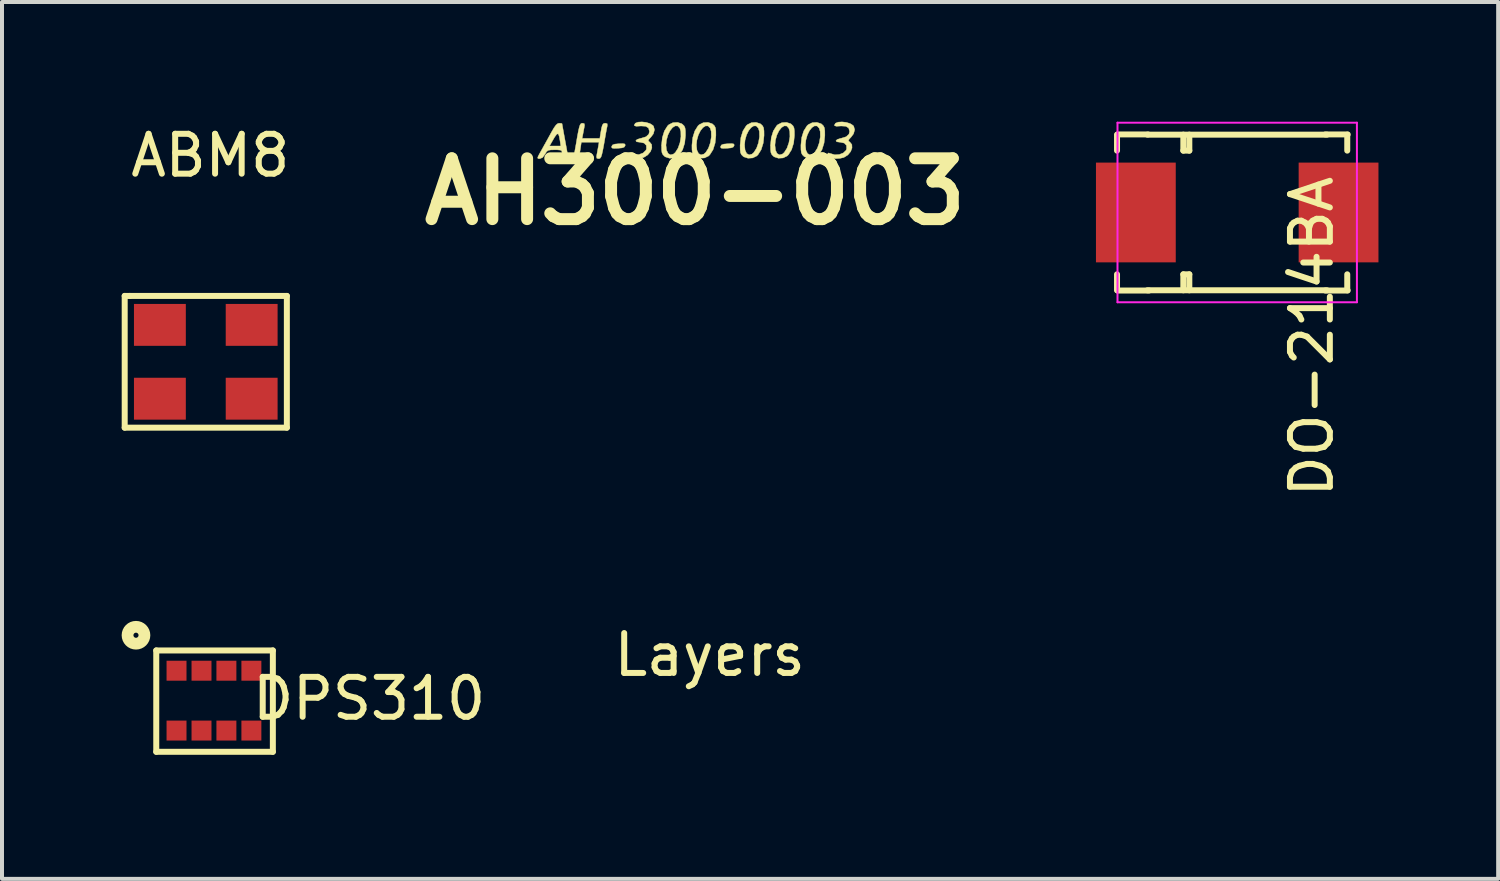
<source format=kicad_pcb>
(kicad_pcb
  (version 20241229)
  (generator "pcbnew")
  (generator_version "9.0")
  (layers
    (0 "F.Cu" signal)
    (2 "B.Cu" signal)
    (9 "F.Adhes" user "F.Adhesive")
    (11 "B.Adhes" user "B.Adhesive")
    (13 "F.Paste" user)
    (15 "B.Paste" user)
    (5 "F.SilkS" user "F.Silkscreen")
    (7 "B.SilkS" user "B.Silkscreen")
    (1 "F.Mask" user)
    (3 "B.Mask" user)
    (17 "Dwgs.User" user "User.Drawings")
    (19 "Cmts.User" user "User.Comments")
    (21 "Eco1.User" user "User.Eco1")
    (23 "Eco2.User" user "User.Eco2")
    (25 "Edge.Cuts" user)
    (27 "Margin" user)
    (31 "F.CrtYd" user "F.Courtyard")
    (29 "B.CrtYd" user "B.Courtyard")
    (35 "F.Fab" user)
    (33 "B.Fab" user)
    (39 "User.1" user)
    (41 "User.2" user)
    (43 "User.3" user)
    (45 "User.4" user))
  (footprint "ABM8"
    (layer "F.Cu")
    (at 2.107 6.017)
    (property "Reference" "ABM8" (at 0.114 -5.169 0) (layer "F.SilkS") (effects (font (size 1 1) (thickness 0.15))))
    (attr through_hole)
    (fp_line (start -2.032 -1.651) (end -1.905 -1.651) (stroke (width 0.15) (type solid)) (layer "F.SilkS"))
    (fp_line (start -2.032 1.651) (end -2.032 -1.651) (stroke (width 0.15) (type solid)) (layer "F.SilkS"))
    (fp_line (start -1.905 -1.651) (end 2.032 -1.651) (stroke (width 0.15) (type solid)) (layer "F.SilkS"))
    (fp_line (start 2.032 -1.651) (end 2.032 1.651) (stroke (width 0.15) (type solid)) (layer "F.SilkS"))
    (fp_line (start 2.032 1.651) (end -2.032 1.651) (stroke (width 0.15) (type solid)) (layer "F.SilkS"))
    (pad "1" smd rect (at -1.15 -0.925) (size 1.3 1.05) (layers "F.Cu" "F.Mask" "F.Paste"))
    (pad "2" smd rect (at 1.15 -0.925) (size 1.3 1.05) (layers "F.Cu" "F.Mask" "F.Paste"))
    (pad "3" smd rect (at 1.15 0.925) (size 1.3 1.05) (layers "F.Cu" "F.Mask" "F.Paste"))
    (pad "4" smd rect (at -1.15 0.925) (size 1.3 1.05) (layers "F.Cu" "F.Mask" "F.Paste")))
  (footprint "Layers"
    (layer "F.Cu")
    (at 14.749 15.138)
    (property "Reference" "Layers" (at -0.013 -1.778 0) (layer "F.SilkS") (effects (font (size 1 1) (thickness 0.15))))
    (attr through_hole)
    (fp_line (start -0.483 0.762) (end 3.594 0.762) (stroke (width 0.15) (type solid)) (layer "F.Mask"))
    (fp_line (start -0.47 -0.66) (end -0.483 0.762) (stroke (width 0.15) (type solid)) (layer "F.Mask"))
    (fp_line (start 3.594 -0.648) (end -0.47 -0.648) (stroke (width 0.15) (type solid)) (layer "F.Mask"))
    (fp_line (start 3.594 0.762) (end 3.594 -0.648) (stroke (width 0.15) (type solid)) (layer "F.Mask")))
  (footprint "AH300-003"
    (layer "F.Cu")
    (at 14.369 1.752)
    (property "Reference" "AH300-003" (at 0 0 0) (layer "F.SilkS") (effects (font (size 1.524 1.524) (thickness 0.3))))
    (attr through_hole)
    (fp_poly (pts (xy -1.763 -1.195) (xy -1.75 -1.172) (xy -1.752 -1.153) (xy -1.773 -1.117) (xy -1.828 -1.096) (xy -1.932 -1.086) (xy -1.932 -1.086) (xy -2.03 -1.083) (xy -2.078 -1.091) (xy -2.092 -1.114) (xy -2.09 -1.133) (xy -2.069 -1.169) (xy -2.014 -1.19) (xy -1.91 -1.2) (xy -1.91 -1.2) (xy -1.812 -1.203) (xy -1.763 -1.195)) (stroke (width 0.01) (type solid)) (fill yes) (layer "F.SilkS"))
    (fp_poly (pts (xy 0.967 -1.195) (xy 0.981 -1.172) (xy 0.979 -1.153) (xy 0.958 -1.117) (xy 0.903 -1.096) (xy 0.799 -1.086) (xy 0.799 -1.086) (xy 0.701 -1.083) (xy 0.652 -1.091) (xy 0.639 -1.114) (xy 0.641 -1.133) (xy 0.661 -1.169) (xy 0.717 -1.19) (xy 0.821 -1.2) (xy 0.821 -1.2) (xy 0.918 -1.203) (xy 0.967 -1.195)) (stroke (width 0.01) (type solid)) (fill yes) (layer "F.SilkS"))
    (fp_poly (pts (xy -0.334 -1.701) (xy -0.317 -1.688) (xy -0.274 -1.647) (xy -0.251 -1.597) (xy -0.241 -1.52) (xy -0.24 -1.408) (xy -0.259 -1.217) (xy -0.311 -1.051) (xy -0.391 -0.925) (xy -0.423 -0.893) (xy -0.525 -0.844) (xy -0.641 -0.837) (xy -0.746 -0.871) (xy -0.763 -0.883) (xy -0.805 -0.925) (xy -0.829 -0.974) (xy -0.839 -1.052) (xy -0.84 -1.164) (xy -0.84 -1.165) (xy -0.729 -1.165) (xy -0.715 -1.038) (xy -0.674 -0.955) (xy -0.614 -0.921) (xy -0.541 -0.941) (xy -0.494 -0.982) (xy -0.426 -1.089) (xy -0.378 -1.227) (xy -0.354 -1.374) (xy -0.357 -1.507) (xy -0.382 -1.59) (xy -0.435 -1.645) (xy -0.498 -1.647) (xy -0.564 -1.605) (xy -0.627 -1.526) (xy -0.68 -1.419) (xy -0.716 -1.291) (xy -0.729 -1.165) (xy -0.84 -1.165) (xy -0.82 -1.354) (xy -0.768 -1.52) (xy -0.689 -1.647) (xy -0.656 -1.678) (xy -0.555 -1.728) (xy -0.438 -1.735) (xy -0.334 -1.701)) (stroke (width 0.01) (type solid)) (fill yes) (layer "F.SilkS"))
    (fp_poly (pts (xy 0.428 -1.701) (xy 0.445 -1.688) (xy 0.488 -1.647) (xy 0.511 -1.597) (xy 0.521 -1.52) (xy 0.522 -1.408) (xy 0.503 -1.217) (xy 0.451 -1.051) (xy 0.371 -0.925) (xy 0.339 -0.893) (xy 0.237 -0.844) (xy 0.121 -0.837) (xy 0.016 -0.871) (xy -0.001 -0.883) (xy -0.043 -0.925) (xy -0.067 -0.974) (xy -0.077 -1.052) (xy -0.078 -1.164) (xy -0.078 -1.165) (xy 0.033 -1.165) (xy 0.047 -1.038) (xy 0.088 -0.955) (xy 0.148 -0.921) (xy 0.221 -0.941) (xy 0.268 -0.982) (xy 0.336 -1.089) (xy 0.384 -1.227) (xy 0.408 -1.374) (xy 0.405 -1.507) (xy 0.38 -1.59) (xy 0.327 -1.645) (xy 0.264 -1.647) (xy 0.198 -1.605) (xy 0.135 -1.526) (xy 0.082 -1.419) (xy 0.046 -1.291) (xy 0.033 -1.165) (xy -0.078 -1.165) (xy -0.058 -1.354) (xy -0.006 -1.52) (xy 0.073 -1.647) (xy 0.106 -1.678) (xy 0.207 -1.728) (xy 0.324 -1.735) (xy 0.428 -1.701)) (stroke (width 0.01) (type solid)) (fill yes) (layer "F.SilkS"))
    (fp_poly (pts (xy 1.635 -1.701) (xy 1.652 -1.688) (xy 1.694 -1.647) (xy 1.718 -1.597) (xy 1.728 -1.52) (xy 1.729 -1.408) (xy 1.709 -1.217) (xy 1.657 -1.051) (xy 1.578 -0.925) (xy 1.545 -0.893) (xy 1.444 -0.844) (xy 1.327 -0.837) (xy 1.223 -0.871) (xy 1.206 -0.883) (xy 1.163 -0.925) (xy 1.14 -0.974) (xy 1.13 -1.052) (xy 1.129 -1.164) (xy 1.129 -1.165) (xy 1.24 -1.165) (xy 1.254 -1.038) (xy 1.294 -0.955) (xy 1.355 -0.921) (xy 1.428 -0.941) (xy 1.474 -0.982) (xy 1.542 -1.089) (xy 1.59 -1.227) (xy 1.615 -1.374) (xy 1.612 -1.507) (xy 1.586 -1.59) (xy 1.534 -1.645) (xy 1.471 -1.647) (xy 1.405 -1.605) (xy 1.342 -1.526) (xy 1.289 -1.419) (xy 1.253 -1.291) (xy 1.24 -1.165) (xy 1.129 -1.165) (xy 1.148 -1.354) (xy 1.2 -1.52) (xy 1.28 -1.647) (xy 1.312 -1.678) (xy 1.414 -1.728) (xy 1.53 -1.735) (xy 1.635 -1.701)) (stroke (width 0.01) (type solid)) (fill yes) (layer "F.SilkS"))
    (fp_poly (pts (xy 2.397 -1.701) (xy 2.414 -1.688) (xy 2.456 -1.647) (xy 2.48 -1.597) (xy 2.49 -1.52) (xy 2.491 -1.408) (xy 2.471 -1.217) (xy 2.419 -1.051) (xy 2.34 -0.925) (xy 2.307 -0.893) (xy 2.206 -0.844) (xy 2.089 -0.837) (xy 1.985 -0.871) (xy 1.968 -0.883) (xy 1.925 -0.925) (xy 1.902 -0.974) (xy 1.892 -1.052) (xy 1.891 -1.164) (xy 1.891 -1.165) (xy 2.002 -1.165) (xy 2.016 -1.038) (xy 2.056 -0.955) (xy 2.117 -0.921) (xy 2.19 -0.941) (xy 2.236 -0.982) (xy 2.304 -1.089) (xy 2.352 -1.227) (xy 2.377 -1.374) (xy 2.374 -1.507) (xy 2.348 -1.59) (xy 2.296 -1.645) (xy 2.233 -1.647) (xy 2.167 -1.605) (xy 2.104 -1.526) (xy 2.051 -1.419) (xy 2.015 -1.291) (xy 2.002 -1.165) (xy 1.891 -1.165) (xy 1.91 -1.354) (xy 1.962 -1.52) (xy 2.042 -1.647) (xy 2.074 -1.678) (xy 2.176 -1.728) (xy 2.292 -1.735) (xy 2.397 -1.701)) (stroke (width 0.01) (type solid)) (fill yes) (layer "F.SilkS"))
    (fp_poly (pts (xy 3.159 -1.701) (xy 3.176 -1.688) (xy 3.218 -1.647) (xy 3.242 -1.597) (xy 3.252 -1.52) (xy 3.253 -1.408) (xy 3.233 -1.217) (xy 3.181 -1.051) (xy 3.102 -0.925) (xy 3.069 -0.893) (xy 2.968 -0.844) (xy 2.851 -0.837) (xy 2.747 -0.871) (xy 2.73 -0.883) (xy 2.687 -0.925) (xy 2.664 -0.974) (xy 2.654 -1.052) (xy 2.653 -1.164) (xy 2.653 -1.165) (xy 2.764 -1.165) (xy 2.778 -1.038) (xy 2.818 -0.955) (xy 2.879 -0.921) (xy 2.952 -0.941) (xy 2.998 -0.982) (xy 3.066 -1.089) (xy 3.114 -1.227) (xy 3.139 -1.374) (xy 3.136 -1.507) (xy 3.11 -1.59) (xy 3.058 -1.645) (xy 2.995 -1.647) (xy 2.929 -1.605) (xy 2.866 -1.526) (xy 2.813 -1.419) (xy 2.777 -1.291) (xy 2.764 -1.165) (xy 2.653 -1.165) (xy 2.672 -1.354) (xy 2.724 -1.52) (xy 2.804 -1.647) (xy 2.836 -1.678) (xy 2.938 -1.728) (xy 3.054 -1.735) (xy 3.159 -1.701)) (stroke (width 0.01) (type solid)) (fill yes) (layer "F.SilkS"))
    (fp_poly (pts (xy -3.349 -1.71) (xy -3.334 -1.704) (xy -3.328 -1.67) (xy -3.313 -1.586) (xy -3.291 -1.463) (xy -3.263 -1.312) (xy -3.255 -1.267) (xy -3.226 -1.111) (xy -3.202 -0.98) (xy -3.184 -0.885) (xy -3.176 -0.837) (xy -3.175 -0.833) (xy -3.202 -0.827) (xy -3.235 -0.826) (xy -3.298 -0.853) (xy -3.33 -0.933) (xy -3.334 -0.987) (xy -3.342 -1.021) (xy -3.375 -1.04) (xy -3.449 -1.047) (xy -3.517 -1.048) (xy -3.622 -1.045) (xy -3.684 -1.032) (xy -3.723 -0.999) (xy -3.76 -0.937) (xy -3.821 -0.854) (xy -3.889 -0.826) (xy -3.894 -0.826) (xy -3.931 -0.828) (xy -3.945 -0.842) (xy -3.934 -0.881) (xy -3.895 -0.956) (xy -3.856 -1.024) (xy -3.79 -1.143) (xy -3.648 -1.143) (xy -3.365 -1.143) (xy -3.385 -1.278) (xy -3.407 -1.394) (xy -3.431 -1.448) (xy -3.464 -1.441) (xy -3.513 -1.376) (xy -3.548 -1.318) (xy -3.648 -1.143) (xy -3.79 -1.143) (xy -3.785 -1.152) (xy -3.7 -1.305) (xy -3.619 -1.452) (xy -3.611 -1.468) (xy -3.539 -1.593) (xy -3.485 -1.669) (xy -3.44 -1.706) (xy -3.405 -1.714) (xy -3.349 -1.71)) (stroke (width 0.01) (type solid)) (fill yes) (layer "F.SilkS"))
    (fp_poly (pts (xy -2.202 -1.702) (xy -2.199 -1.652) (xy -2.201 -1.643) (xy -2.215 -1.575) (xy -2.235 -1.469) (xy -2.253 -1.365) (xy -2.287 -1.169) (xy -2.314 -1.027) (xy -2.336 -0.93) (xy -2.356 -0.87) (xy -2.377 -0.839) (xy -2.401 -0.827) (xy -2.418 -0.826) (xy -2.462 -0.836) (xy -2.469 -0.881) (xy -2.464 -0.913) (xy -2.447 -1.006) (xy -2.428 -1.112) (xy -2.426 -1.119) (xy -2.406 -1.238) (xy -2.85 -1.238) (xy -2.872 -1.087) (xy -2.892 -0.957) (xy -2.913 -0.879) (xy -2.94 -0.839) (xy -2.977 -0.826) (xy -2.99 -0.826) (xy -3.037 -0.838) (xy -3.04 -0.888) (xy -3.038 -0.897) (xy -3.023 -0.965) (xy -3.004 -1.071) (xy -2.985 -1.175) (xy -2.952 -1.371) (xy -2.925 -1.513) (xy -2.903 -1.61) (xy -2.883 -1.67) (xy -2.862 -1.701) (xy -2.838 -1.713) (xy -2.821 -1.714) (xy -2.778 -1.705) (xy -2.769 -1.663) (xy -2.776 -1.619) (xy -2.796 -1.512) (xy -2.812 -1.429) (xy -2.831 -1.334) (xy -2.387 -1.334) (xy -2.366 -1.468) (xy -2.344 -1.593) (xy -2.323 -1.668) (xy -2.295 -1.704) (xy -2.257 -1.714) (xy -2.249 -1.714) (xy -2.202 -1.702)) (stroke (width 0.01) (type solid)) (fill yes) (layer "F.SilkS"))
    (fp_poly (pts (xy -1.226 -1.735) (xy -1.129 -1.705) (xy -1.056 -1.658) (xy -1.04 -1.638) (xy -1.017 -1.55) (xy -1.044 -1.449) (xy -1.105 -1.367) (xy -1.16 -1.308) (xy -1.172 -1.274) (xy -1.147 -1.248) (xy -1.137 -1.242) (xy -1.087 -1.179) (xy -1.082 -1.094) (xy -1.117 -1.003) (xy -1.187 -0.919) (xy -1.284 -0.858) (xy -1.291 -0.855) (xy -1.383 -0.834) (xy -1.495 -0.827) (xy -1.602 -0.833) (xy -1.676 -0.852) (xy -1.679 -0.855) (xy -1.708 -0.904) (xy -1.704 -0.935) (xy -1.675 -0.969) (xy -1.623 -0.955) (xy -1.622 -0.954) (xy -1.516 -0.923) (xy -1.402 -0.93) (xy -1.301 -0.969) (xy -1.233 -1.035) (xy -1.218 -1.069) (xy -1.221 -1.158) (xy -1.277 -1.216) (xy -1.38 -1.238) (xy -1.388 -1.238) (xy -1.464 -1.249) (xy -1.485 -1.275) (xy -1.455 -1.306) (xy -1.375 -1.333) (xy -1.356 -1.336) (xy -1.229 -1.375) (xy -1.159 -1.44) (xy -1.143 -1.508) (xy -1.166 -1.593) (xy -1.237 -1.638) (xy -1.358 -1.645) (xy -1.381 -1.643) (xy -1.476 -1.638) (xy -1.519 -1.653) (xy -1.524 -1.667) (xy -1.497 -1.715) (xy -1.427 -1.741) (xy -1.331 -1.747) (xy -1.226 -1.735)) (stroke (width 0.01) (type solid)) (fill yes) (layer "F.SilkS"))
    (fp_poly (pts (xy 3.79 -1.735) (xy 3.887 -1.705) (xy 3.96 -1.658) (xy 3.976 -1.638) (xy 4 -1.55) (xy 3.972 -1.449) (xy 3.911 -1.367) (xy 3.857 -1.308) (xy 3.844 -1.274) (xy 3.869 -1.248) (xy 3.88 -1.242) (xy 3.93 -1.179) (xy 3.934 -1.094) (xy 3.899 -1.003) (xy 3.83 -0.919) (xy 3.732 -0.858) (xy 3.726 -0.855) (xy 3.634 -0.834) (xy 3.521 -0.827) (xy 3.415 -0.833) (xy 3.341 -0.852) (xy 3.337 -0.855) (xy 3.309 -0.904) (xy 3.313 -0.935) (xy 3.341 -0.969) (xy 3.393 -0.955) (xy 3.395 -0.954) (xy 3.501 -0.923) (xy 3.614 -0.93) (xy 3.715 -0.969) (xy 3.784 -1.035) (xy 3.798 -1.069) (xy 3.795 -1.158) (xy 3.74 -1.216) (xy 3.637 -1.238) (xy 3.629 -1.238) (xy 3.552 -1.249) (xy 3.531 -1.275) (xy 3.562 -1.306) (xy 3.642 -1.333) (xy 3.66 -1.336) (xy 3.787 -1.375) (xy 3.857 -1.44) (xy 3.873 -1.508) (xy 3.85 -1.593) (xy 3.779 -1.638) (xy 3.659 -1.645) (xy 3.635 -1.643) (xy 3.54 -1.638) (xy 3.497 -1.653) (xy 3.493 -1.667) (xy 3.52 -1.715) (xy 3.589 -1.741) (xy 3.685 -1.747) (xy 3.79 -1.735)) (stroke (width 0.01) (type solid)) (fill yes) (layer "F.SilkS")))
  (footprint "DO-214BA"
    (layer "F.Cu")
    (at 27.956 2.275)
    (property "Reference" "DO-214BA" (at 1.867 3.111 90) (layer "F.SilkS") (effects (font (size 1 1) (thickness 0.15))))
    (attr smd)
    (fp_line (start -3.012 -1.95) (end -3.012 -1.55) (stroke (width 0.15) (type solid)) (layer "F.SilkS"))
    (fp_line (start -3.012 1.95) (end -3.012 1.55) (stroke (width 0.15) (type solid)) (layer "F.SilkS"))
    (fp_line (start -2.25 -1.95) (end 2.25 -1.95) (stroke (width 0.15) (type solid)) (layer "F.SilkS"))
    (fp_line (start -2.235 -1.956) (end -2.997 -1.956) (stroke (width 0.15) (type solid)) (layer "F.SilkS"))
    (fp_line (start -2.21 1.956) (end -2.997 1.956) (stroke (width 0.15) (type solid)) (layer "F.SilkS"))
    (fp_line (start -1.35 -1.95) (end -1.35 -1.55) (stroke (width 0.15) (type solid)) (layer "F.SilkS"))
    (fp_line (start -1.35 -1.55) (end -1.2 -1.55) (stroke (width 0.15) (type solid)) (layer "F.SilkS"))
    (fp_line (start -1.35 1.55) (end -1.2 1.55) (stroke (width 0.15) (type solid)) (layer "F.SilkS"))
    (fp_line (start -1.35 1.95) (end -1.35 1.55) (stroke (width 0.15) (type solid)) (layer "F.SilkS"))
    (fp_line (start -1.2 -1.55) (end -1.2 -1.95) (stroke (width 0.15) (type solid)) (layer "F.SilkS"))
    (fp_line (start -1.2 1.55) (end -1.2 1.95) (stroke (width 0.15) (type solid)) (layer "F.SilkS"))
    (fp_line (start 2.21 -1.956) (end 2.769 -1.956) (stroke (width 0.15) (type solid)) (layer "F.SilkS"))
    (fp_line (start 2.21 1.956) (end 2.769 1.956) (stroke (width 0.15) (type solid)) (layer "F.SilkS"))
    (fp_line (start 2.25 1.95) (end -2.25 1.95) (stroke (width 0.15) (type solid)) (layer "F.SilkS"))
    (fp_line (start 2.758 -1.95) (end 2.758 -1.55) (stroke (width 0.15) (type solid)) (layer "F.SilkS"))
    (fp_line (start 2.758 1.95) (end 2.758 1.55) (stroke (width 0.15) (type solid)) (layer "F.SilkS"))
    (fp_line (start -3 -2.25) (end 3 -2.25) (stroke (width 0.05) (type solid)) (layer "F.CrtYd"))
    (fp_line (start -3 2.25) (end -3 -2.25) (stroke (width 0.05) (type solid)) (layer "F.CrtYd"))
    (fp_line (start 3 -2.25) (end 3 2.25) (stroke (width 0.05) (type solid)) (layer "F.CrtYd"))
    (fp_line (start 3 2.25) (end -3 2.25) (stroke (width 0.05) (type solid)) (layer "F.CrtYd"))
    (pad "1" smd rect (at 2.54 0) (size 2 2.5) (layers "F.Cu" "F.Mask" "F.Paste"))
    (pad "2" smd rect (at -2.54 0) (size 2 2.5) (layers "F.Cu" "F.Mask" "F.Paste")))
  (footprint "DPS310"
    (layer "F.Cu")
    (at 2.312 14.509)
    (property "Reference" "DPS310" (at 3.889 -0.051 0) (layer "F.SilkS") (effects (font (size 1 1) (thickness 0.15))))
    (attr through_hole)
    (fp_line (start -1.446 -1.258) (end 1.476 -1.258) (stroke (width 0.15) (type solid)) (layer "F.SilkS"))
    (fp_line (start -1.446 1.282) (end -1.446 -1.258) (stroke (width 0.15) (type solid)) (layer "F.SilkS"))
    (fp_line (start 1.476 -1.258) (end 1.476 1.282) (stroke (width 0.15) (type solid)) (layer "F.SilkS"))
    (fp_line (start 1.476 1.282) (end -1.446 1.282) (stroke (width 0.15) (type solid)) (layer "F.SilkS"))
    (fp_circle (center -1.954 -1.639) (end -1.89 -1.639) (stroke (width 0.15) (type solid)) (fill no) (layer "F.SilkS"))
    (fp_circle (center -1.954 -1.639) (end -1.827 -1.512) (stroke (width 0.15) (type solid)) (fill no) (layer "F.SilkS"))
    (fp_circle (center -1.954 -1.639) (end -1.7 -1.512) (stroke (width 0.15) (type solid)) (fill no) (layer "F.SilkS"))
    (pad "1" smd rect (at -0.938 -0.75) (size 0.5 0.5) (layers "F.Cu" "F.Mask" "F.Paste"))
    (pad "2" smd rect (at -0.312 -0.75) (size 0.5 0.5) (layers "F.Cu" "F.Mask" "F.Paste"))
    (pad "3" smd rect (at 0.312 -0.75) (size 0.5 0.5) (layers "F.Cu" "F.Mask" "F.Paste"))
    (pad "4" smd rect (at 0.938 -0.75) (size 0.5 0.5) (layers "F.Cu" "F.Mask" "F.Paste"))
    (pad "5" smd rect (at 0.938 0.75) (size 0.5 0.5) (layers "F.Cu" "F.Mask" "F.Paste"))
    (pad "6" smd rect (at 0.312 0.75) (size 0.5 0.5) (layers "F.Cu" "F.Mask" "F.Paste"))
    (pad "7" smd rect (at -0.312 0.75) (size 0.5 0.5) (layers "F.Cu" "F.Mask" "F.Paste"))
    (pad "8" smd rect (at -0.938 0.75) (size 0.5 0.5) (layers "F.Cu" "F.Mask" "F.Paste")))
  (gr_rect
    (start -3 -3)
    (end 34.496 18.975)
    (stroke (width 0.1) (type default))
    (fill no)
    (layer "Edge.Cuts")))
</source>
